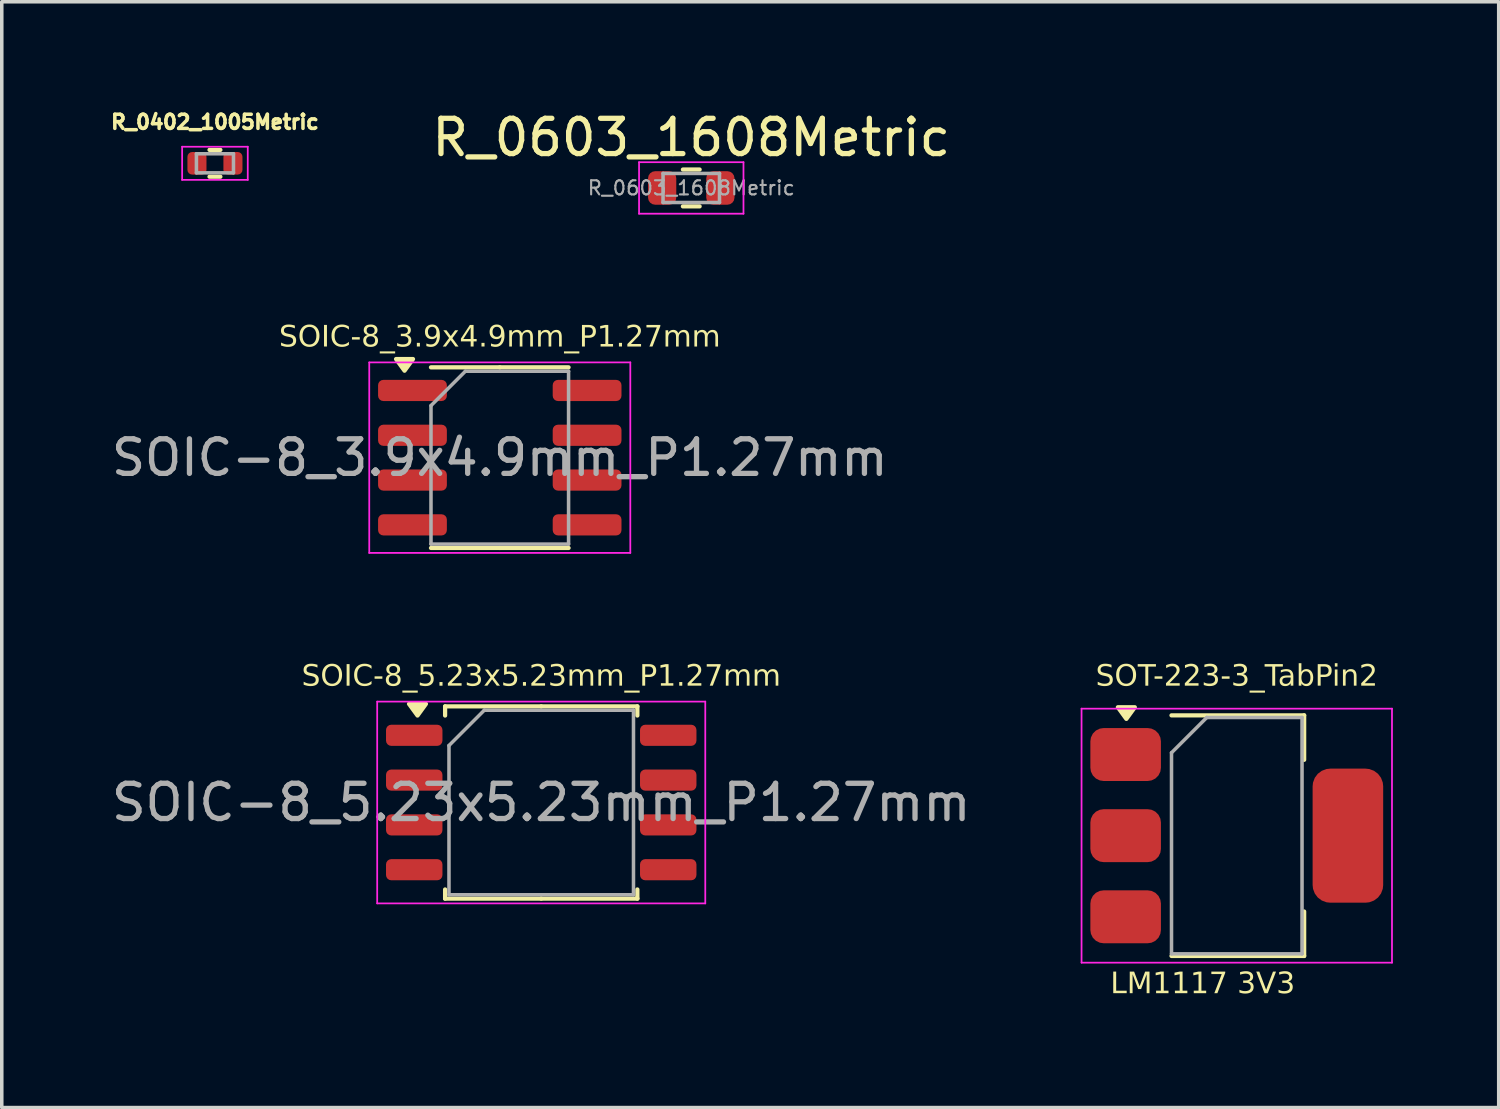
<source format=kicad_pcb>
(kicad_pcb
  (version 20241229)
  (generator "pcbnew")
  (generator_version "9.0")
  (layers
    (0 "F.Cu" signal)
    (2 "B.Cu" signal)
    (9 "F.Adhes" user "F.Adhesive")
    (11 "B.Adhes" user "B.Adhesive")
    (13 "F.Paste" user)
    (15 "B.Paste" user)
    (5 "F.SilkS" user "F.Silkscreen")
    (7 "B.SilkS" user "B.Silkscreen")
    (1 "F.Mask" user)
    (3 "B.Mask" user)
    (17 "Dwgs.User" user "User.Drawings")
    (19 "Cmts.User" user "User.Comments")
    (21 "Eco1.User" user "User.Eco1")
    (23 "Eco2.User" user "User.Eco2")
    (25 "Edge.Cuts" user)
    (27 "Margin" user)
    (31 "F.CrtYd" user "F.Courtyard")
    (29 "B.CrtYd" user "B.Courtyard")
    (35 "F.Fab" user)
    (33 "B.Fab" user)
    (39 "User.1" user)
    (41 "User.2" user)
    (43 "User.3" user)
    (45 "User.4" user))
  (footprint "R_0402_1005Metric"
    (layer "F.Cu")
    (at 3.043 1.579)
    (property "Reference" "R_0402_1005Metric" (at 0 -1.17 180) (layer "F.SilkS") (effects (font (size 0.4 0.4) (thickness 0.15))))
    (attr smd)
    (fp_line (start -0.154 -0.38) (end 0.154 -0.38) (stroke (width 0.12) (type solid)) (layer "F.SilkS"))
    (fp_line (start -0.154 0.38) (end 0.154 0.38) (stroke (width 0.12) (type solid)) (layer "F.SilkS"))
    (fp_line (start -0.93 -0.47) (end 0.93 -0.47) (stroke (width 0.05) (type solid)) (layer "F.CrtYd"))
    (fp_line (start -0.93 0.47) (end -0.93 -0.47) (stroke (width 0.05) (type solid)) (layer "F.CrtYd"))
    (fp_line (start 0.93 -0.47) (end 0.93 0.47) (stroke (width 0.05) (type solid)) (layer "F.CrtYd"))
    (fp_line (start 0.93 0.47) (end -0.93 0.47) (stroke (width 0.05) (type solid)) (layer "F.CrtYd"))
    (fp_line (start -0.525 -0.27) (end 0.525 -0.27) (stroke (width 0.1) (type solid)) (layer "F.Fab"))
    (fp_line (start -0.525 0.27) (end -0.525 -0.27) (stroke (width 0.1) (type solid)) (layer "F.Fab"))
    (fp_line (start 0.525 -0.27) (end 0.525 0.27) (stroke (width 0.1) (type solid)) (layer "F.Fab"))
    (fp_line (start 0.525 0.27) (end -0.525 0.27) (stroke (width 0.1) (type solid)) (layer "F.Fab"))
    (pad "1" smd roundrect (at -0.51 0 180) (size 0.54 0.64) (layers "F.Cu" "F.Mask" "F.Paste") (roundrect_rratio 0.25))
    (pad "2" smd roundrect (at 0.51 0 180) (size 0.54 0.64) (layers "F.Cu" "F.Mask" "F.Paste") (roundrect_rratio 0.25)))
  (footprint "SOIC-8_3.9x4.9mm_P1.27mm"
    (layer "F.Cu")
    (at 11.117 9.923)
    (property "Reference" "SOIC-8_3.9x4.9mm_P1.27mm" (at 0 -3.4 180) (layer "F.SilkS") (effects (font (face "Eurostile Next LT Com Light Ext") (size 0.6 0.6) (thickness 0.15))))
    (attr smd)
    (fp_line (start 0 -2.56) (end -1.95 -2.56) (stroke (width 0.12) (type solid)) (layer "F.SilkS"))
    (fp_line (start 0 -2.56) (end 1.95 -2.56) (stroke (width 0.12) (type solid)) (layer "F.SilkS"))
    (fp_line (start 0 2.56) (end -1.95 2.56) (stroke (width 0.12) (type solid)) (layer "F.SilkS"))
    (fp_line (start 0 2.56) (end 1.95 2.56) (stroke (width 0.12) (type solid)) (layer "F.SilkS"))
    (fp_poly (pts (xy -2.7 -2.465) (xy -2.94 -2.795) (xy -2.46 -2.795) (xy -2.7 -2.465)) (stroke (width 0.12) (type solid)) (fill yes) (layer "F.SilkS"))
    (fp_line (start -3.7 -2.7) (end -3.7 2.7) (stroke (width 0.05) (type solid)) (layer "F.CrtYd"))
    (fp_line (start -3.7 2.7) (end 3.7 2.7) (stroke (width 0.05) (type solid)) (layer "F.CrtYd"))
    (fp_line (start 3.7 -2.7) (end -3.7 -2.7) (stroke (width 0.05) (type solid)) (layer "F.CrtYd"))
    (fp_line (start 3.7 2.7) (end 3.7 -2.7) (stroke (width 0.05) (type solid)) (layer "F.CrtYd"))
    (fp_line (start -1.95 -1.475) (end -0.975 -2.45) (stroke (width 0.1) (type solid)) (layer "F.Fab"))
    (fp_line (start -1.95 2.45) (end -1.95 -1.475) (stroke (width 0.1) (type solid)) (layer "F.Fab"))
    (fp_line (start -0.975 -2.45) (end 1.95 -2.45) (stroke (width 0.1) (type solid)) (layer "F.Fab"))
    (fp_line (start 1.95 -2.45) (end 1.95 2.45) (stroke (width 0.1) (type solid)) (layer "F.Fab"))
    (fp_line (start 1.95 2.45) (end -1.95 2.45) (stroke (width 0.1) (type solid)) (layer "F.Fab"))
    (fp_text user "${REFERENCE}" (at 0 0 180) (layer "F.Fab") (effects (font (size 0.98 0.98) (thickness 0.15))))
    (pad "1" smd roundrect (at -2.475 -1.905 180) (size 1.95 0.6) (layers "F.Cu" "F.Mask" "F.Paste") (roundrect_rratio 0.25))
    (pad "2" smd roundrect (at -2.475 -0.635 180) (size 1.95 0.6) (layers "F.Cu" "F.Mask" "F.Paste") (roundrect_rratio 0.25))
    (pad "3" smd roundrect (at -2.475 0.635 180) (size 1.95 0.6) (layers "F.Cu" "F.Mask" "F.Paste") (roundrect_rratio 0.25))
    (pad "4" smd roundrect (at -2.475 1.905 180) (size 1.95 0.6) (layers "F.Cu" "F.Mask" "F.Paste") (roundrect_rratio 0.25))
    (pad "5" smd roundrect (at 2.475 1.905 180) (size 1.95 0.6) (layers "F.Cu" "F.Mask" "F.Paste") (roundrect_rratio 0.25))
    (pad "6" smd roundrect (at 2.475 0.635 180) (size 1.95 0.6) (layers "F.Cu" "F.Mask" "F.Paste") (roundrect_rratio 0.25))
    (pad "7" smd roundrect (at 2.475 -0.635 180) (size 1.95 0.6) (layers "F.Cu" "F.Mask" "F.Paste") (roundrect_rratio 0.25))
    (pad "8" smd roundrect (at 2.475 -1.905 180) (size 1.95 0.6) (layers "F.Cu" "F.Mask" "F.Paste") (roundrect_rratio 0.25)))
  (footprint "R_0603_1608Metric"
    (layer "F.Cu")
    (at 16.545 2.278)
    (property "Reference" "R_0603_1608Metric" (at 0 -1.43 180) (layer "F.SilkS") (effects (font (size 1 1) (thickness 0.15))))
    (attr smd)
    (fp_line (start -0.237 -0.522) (end 0.237 -0.522) (stroke (width 0.12) (type solid)) (layer "F.SilkS"))
    (fp_line (start -0.237 0.522) (end 0.237 0.522) (stroke (width 0.12) (type solid)) (layer "F.SilkS"))
    (fp_line (start -1.48 -0.73) (end 1.48 -0.73) (stroke (width 0.05) (type solid)) (layer "F.CrtYd"))
    (fp_line (start -1.48 0.73) (end -1.48 -0.73) (stroke (width 0.05) (type solid)) (layer "F.CrtYd"))
    (fp_line (start 1.48 -0.73) (end 1.48 0.73) (stroke (width 0.05) (type solid)) (layer "F.CrtYd"))
    (fp_line (start 1.48 0.73) (end -1.48 0.73) (stroke (width 0.05) (type solid)) (layer "F.CrtYd"))
    (fp_line (start -0.8 -0.412) (end 0.8 -0.412) (stroke (width 0.1) (type solid)) (layer "F.Fab"))
    (fp_line (start -0.8 0.412) (end -0.8 -0.412) (stroke (width 0.1) (type solid)) (layer "F.Fab"))
    (fp_line (start 0.8 -0.412) (end 0.8 0.412) (stroke (width 0.1) (type solid)) (layer "F.Fab"))
    (fp_line (start 0.8 0.412) (end -0.8 0.412) (stroke (width 0.1) (type solid)) (layer "F.Fab"))
    (fp_text user "${REFERENCE}" (at 0 0 180) (layer "F.Fab") (effects (font (size 0.4 0.4) (thickness 0.06))))
    (pad "1" smd roundrect (at -0.825 0 180) (size 0.8 0.95) (layers "F.Cu" "F.Mask" "F.Paste") (roundrect_rratio 0.25))
    (pad "2" smd roundrect (at 0.825 0 180) (size 0.8 0.95) (layers "F.Cu" "F.Mask" "F.Paste") (roundrect_rratio 0.25)))
  (footprint "SOIC-8_5.23x5.23mm_P1.27mm"
    (layer "F.Cu")
    (at 12.292 19.698)
    (property "Reference" "SOIC-8_5.23x5.23mm_P1.27mm" (at 0 -3.56 180) (layer "F.SilkS") (effects (font (face "Eurostile Next LT Com Light Ext") (size 0.6 0.6) (thickness 0.15))))
    (attr smd)
    (fp_line (start -2.725 -2.725) (end -2.725 -2.465) (stroke (width 0.12) (type solid)) (layer "F.SilkS"))
    (fp_line (start -2.725 2.725) (end -2.725 2.465) (stroke (width 0.12) (type solid)) (layer "F.SilkS"))
    (fp_line (start 0 -2.725) (end -2.725 -2.725) (stroke (width 0.12) (type solid)) (layer "F.SilkS"))
    (fp_line (start 0 -2.725) (end 2.725 -2.725) (stroke (width 0.12) (type solid)) (layer "F.SilkS"))
    (fp_line (start 0 2.725) (end -2.725 2.725) (stroke (width 0.12) (type solid)) (layer "F.SilkS"))
    (fp_line (start 0 2.725) (end 2.725 2.725) (stroke (width 0.12) (type solid)) (layer "F.SilkS"))
    (fp_line (start 2.725 -2.725) (end 2.725 -2.465) (stroke (width 0.12) (type solid)) (layer "F.SilkS"))
    (fp_line (start 2.725 2.725) (end 2.725 2.465) (stroke (width 0.12) (type solid)) (layer "F.SilkS"))
    (fp_poly (pts (xy -3.507 -2.465) (xy -3.748 -2.795) (xy -3.268 -2.795) (xy -3.507 -2.465)) (stroke (width 0.12) (type solid)) (fill yes) (layer "F.SilkS"))
    (fp_line (start -4.65 -2.86) (end -4.65 2.86) (stroke (width 0.05) (type solid)) (layer "F.CrtYd"))
    (fp_line (start -4.65 2.86) (end 4.65 2.86) (stroke (width 0.05) (type solid)) (layer "F.CrtYd"))
    (fp_line (start 4.65 -2.86) (end -4.65 -2.86) (stroke (width 0.05) (type solid)) (layer "F.CrtYd"))
    (fp_line (start 4.65 2.86) (end 4.65 -2.86) (stroke (width 0.05) (type solid)) (layer "F.CrtYd"))
    (fp_line (start -2.615 -1.615) (end -1.615 -2.615) (stroke (width 0.1) (type solid)) (layer "F.Fab"))
    (fp_line (start -2.615 2.615) (end -2.615 -1.615) (stroke (width 0.1) (type solid)) (layer "F.Fab"))
    (fp_line (start -1.615 -2.615) (end 2.615 -2.615) (stroke (width 0.1) (type solid)) (layer "F.Fab"))
    (fp_line (start 2.615 -2.615) (end 2.615 2.615) (stroke (width 0.1) (type solid)) (layer "F.Fab"))
    (fp_line (start 2.615 2.615) (end -2.615 2.615) (stroke (width 0.1) (type solid)) (layer "F.Fab"))
    (fp_text user "${REFERENCE}" (at 0 0 180) (layer "F.Fab") (effects (font (size 1 1) (thickness 0.15))))
    (pad "1" smd roundrect (at -3.6 -1.905 180) (size 1.6 0.6) (layers "F.Cu" "F.Mask" "F.Paste") (roundrect_rratio 0.25))
    (pad "2" smd roundrect (at -3.6 -0.635 180) (size 1.6 0.6) (layers "F.Cu" "F.Mask" "F.Paste") (roundrect_rratio 0.25))
    (pad "3" smd roundrect (at -3.6 0.635 180) (size 1.6 0.6) (layers "F.Cu" "F.Mask" "F.Paste") (roundrect_rratio 0.25))
    (pad "4" smd roundrect (at -3.6 1.905 180) (size 1.6 0.6) (layers "F.Cu" "F.Mask" "F.Paste") (roundrect_rratio 0.25))
    (pad "5" smd roundrect (at 3.6 1.905 180) (size 1.6 0.6) (layers "F.Cu" "F.Mask" "F.Paste") (roundrect_rratio 0.25))
    (pad "6" smd roundrect (at 3.6 0.635 180) (size 1.6 0.6) (layers "F.Cu" "F.Mask" "F.Paste") (roundrect_rratio 0.25))
    (pad "7" smd roundrect (at 3.6 -0.635 180) (size 1.6 0.6) (layers "F.Cu" "F.Mask" "F.Paste") (roundrect_rratio 0.25))
    (pad "8" smd roundrect (at 3.6 -1.905 180) (size 1.6 0.6) (layers "F.Cu" "F.Mask" "F.Paste") (roundrect_rratio 0.25)))
  (footprint "SOT-223-3_TabPin2"
    (layer "F.Cu")
    (at 32.008 20.638)
    (property "Reference" "SOT-223-3_TabPin2" (at 0 -4.5 180) (layer "F.SilkS") (effects (font (face "Eurostile Next LT Com Light Ext") (size 0.6 0.6) (thickness 0.15))))
    (attr smd)
    (fp_line (start -1.85 -3.41) (end 1.91 -3.41) (stroke (width 0.12) (type solid)) (layer "F.SilkS"))
    (fp_line (start -1.85 3.41) (end 1.91 3.41) (stroke (width 0.12) (type solid)) (layer "F.SilkS"))
    (fp_line (start 1.91 -3.41) (end 1.91 -2.15) (stroke (width 0.12) (type solid)) (layer "F.SilkS"))
    (fp_line (start 1.91 3.41) (end 1.91 2.15) (stroke (width 0.12) (type solid)) (layer "F.SilkS"))
    (fp_poly (pts (xy -3.13 -3.31) (xy -3.37 -3.64) (xy -2.89 -3.64) (xy -3.13 -3.31)) (stroke (width 0.12) (type solid)) (fill yes) (layer "F.SilkS"))
    (fp_line (start -4.4 -3.6) (end -4.4 3.6) (stroke (width 0.05) (type solid)) (layer "F.CrtYd"))
    (fp_line (start -4.4 3.6) (end 4.4 3.6) (stroke (width 0.05) (type solid)) (layer "F.CrtYd"))
    (fp_line (start 4.4 -3.6) (end -4.4 -3.6) (stroke (width 0.05) (type solid)) (layer "F.CrtYd"))
    (fp_line (start 4.4 3.6) (end 4.4 -3.6) (stroke (width 0.05) (type solid)) (layer "F.CrtYd"))
    (fp_line (start -1.85 -2.35) (end -1.85 3.35) (stroke (width 0.1) (type solid)) (layer "F.Fab"))
    (fp_line (start -1.85 -2.35) (end -0.85 -3.35) (stroke (width 0.1) (type solid)) (layer "F.Fab"))
    (fp_line (start -1.85 3.35) (end 1.85 3.35) (stroke (width 0.1) (type solid)) (layer "F.Fab"))
    (fp_line (start -0.85 -3.35) (end 1.85 -3.35) (stroke (width 0.1) (type solid)) (layer "F.Fab"))
    (fp_line (start 1.85 -3.35) (end 1.85 3.35) (stroke (width 0.1) (type solid)) (layer "F.Fab"))
    (fp_text user "LM1117 3V3" (at -0.965 4.216 0) (unlocked yes) (layer "F.SilkS") (effects (font (face "Eurostile Next LT Com Light Ext") (size 0.6 0.6) (thickness 0.15))))
    (pad "1" smd roundrect (at -3.15 -2.3 180) (size 2 1.5) (layers "F.Cu" "F.Mask" "F.Paste") (roundrect_rratio 0.25))
    (pad "2" smd roundrect (at -3.15 0 180) (size 2 1.5) (layers "F.Cu" "F.Mask" "F.Paste") (roundrect_rratio 0.25))
    (pad "2" smd roundrect (at 3.15 0 180) (size 2 3.8) (layers "F.Cu" "F.Mask" "F.Paste") (roundrect_rratio 0.25))
    (pad "3" smd roundrect (at -3.15 2.3 180) (size 2 1.5) (layers "F.Cu" "F.Mask" "F.Paste") (roundrect_rratio 0.25)))
  (gr_rect
    (start -3 -3)
    (end 39.433 28.345)
    (stroke (width 0.1) (type default))
    (fill no)
    (layer "Edge.Cuts")))
</source>
